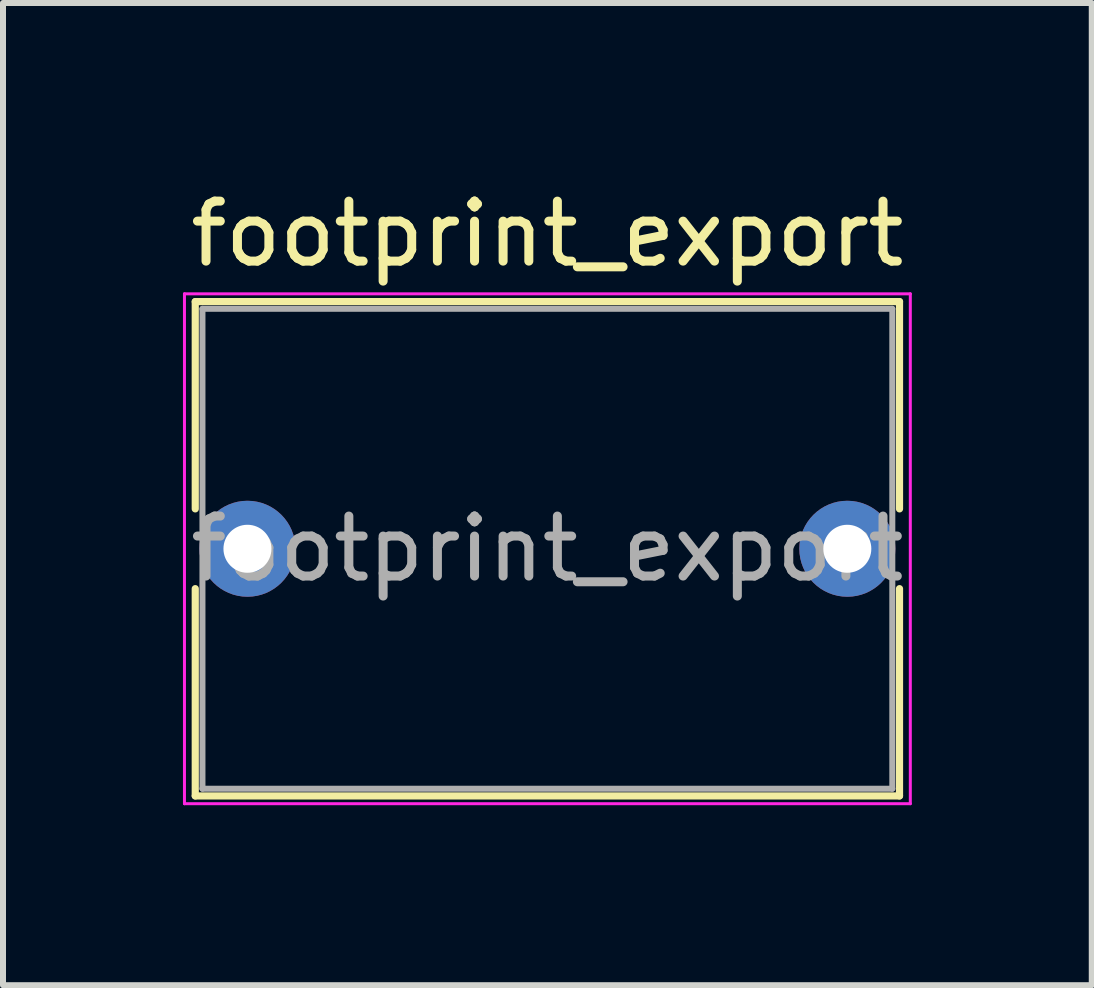
<source format=kicad_pcb>
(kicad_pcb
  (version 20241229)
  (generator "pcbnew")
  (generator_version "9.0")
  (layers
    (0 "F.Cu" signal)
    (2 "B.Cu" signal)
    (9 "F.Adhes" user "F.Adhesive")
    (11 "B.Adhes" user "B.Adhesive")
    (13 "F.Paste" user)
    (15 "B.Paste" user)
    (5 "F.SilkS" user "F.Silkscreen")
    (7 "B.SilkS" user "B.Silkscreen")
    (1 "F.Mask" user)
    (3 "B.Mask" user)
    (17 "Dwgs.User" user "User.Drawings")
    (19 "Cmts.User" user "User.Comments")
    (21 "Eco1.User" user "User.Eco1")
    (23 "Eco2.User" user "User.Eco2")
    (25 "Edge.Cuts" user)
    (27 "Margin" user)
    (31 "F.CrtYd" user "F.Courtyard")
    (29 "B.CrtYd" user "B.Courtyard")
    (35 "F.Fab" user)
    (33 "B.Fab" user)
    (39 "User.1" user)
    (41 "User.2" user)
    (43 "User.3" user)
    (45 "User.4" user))
  (footprint "footprint_export"
    (layer "F.Cu")
    (at 1.075 6.098)
    (property "Reference" "footprint_export" (at 5 -5.25 0) (layer "F.SilkS") (effects (font (size 1 1) (thickness 0.15))))
    (attr through_hole)
    (fp_line (start -0.87 -4.12) (end -0.87 -0.665) (stroke (width 0.12) (type solid)) (layer "F.SilkS"))
    (fp_line (start -0.87 -4.12) (end 10.87 -4.12) (stroke (width 0.12) (type solid)) (layer "F.SilkS"))
    (fp_line (start -0.87 0.665) (end -0.87 4.12) (stroke (width 0.12) (type solid)) (layer "F.SilkS"))
    (fp_line (start -0.87 4.12) (end 10.87 4.12) (stroke (width 0.12) (type solid)) (layer "F.SilkS"))
    (fp_line (start 10.87 -4.12) (end 10.87 -0.665) (stroke (width 0.12) (type solid)) (layer "F.SilkS"))
    (fp_line (start 10.87 0.665) (end 10.87 4.12) (stroke (width 0.12) (type solid)) (layer "F.SilkS"))
    (fp_line (start -1.05 -4.25) (end -1.05 4.25) (stroke (width 0.05) (type solid)) (layer "F.CrtYd"))
    (fp_line (start -1.05 4.25) (end 11.05 4.25) (stroke (width 0.05) (type solid)) (layer "F.CrtYd"))
    (fp_line (start 11.05 -4.25) (end -1.05 -4.25) (stroke (width 0.05) (type solid)) (layer "F.CrtYd"))
    (fp_line (start 11.05 4.25) (end 11.05 -4.25) (stroke (width 0.05) (type solid)) (layer "F.CrtYd"))
    (fp_line (start -0.75 -4) (end -0.75 4) (stroke (width 0.1) (type solid)) (layer "F.Fab"))
    (fp_line (start -0.75 4) (end 10.75 4) (stroke (width 0.1) (type solid)) (layer "F.Fab"))
    (fp_line (start 10.75 -4) (end -0.75 -4) (stroke (width 0.1) (type solid)) (layer "F.Fab"))
    (fp_line (start 10.75 4) (end 10.75 -4) (stroke (width 0.1) (type solid)) (layer "F.Fab"))
    (fp_text user "${REFERENCE}" (at 5 0 0) (layer "F.Fab") (effects (font (size 1 1) (thickness 0.15))))
    (pad "1" thru_hole circle (at 0 0) (size 1.6 1.6) (drill 0.8) (layers "*.Cu" "*.Mask"))
    (pad "2" thru_hole circle (at 10 0) (size 1.6 1.6) (drill 0.8) (layers "*.Cu" "*.Mask")))
  (gr_rect
    (start -3 -3)
    (end 15.15 13.373)
    (stroke (width 0.1) (type default))
    (fill no)
    (layer "Edge.Cuts")))
</source>
